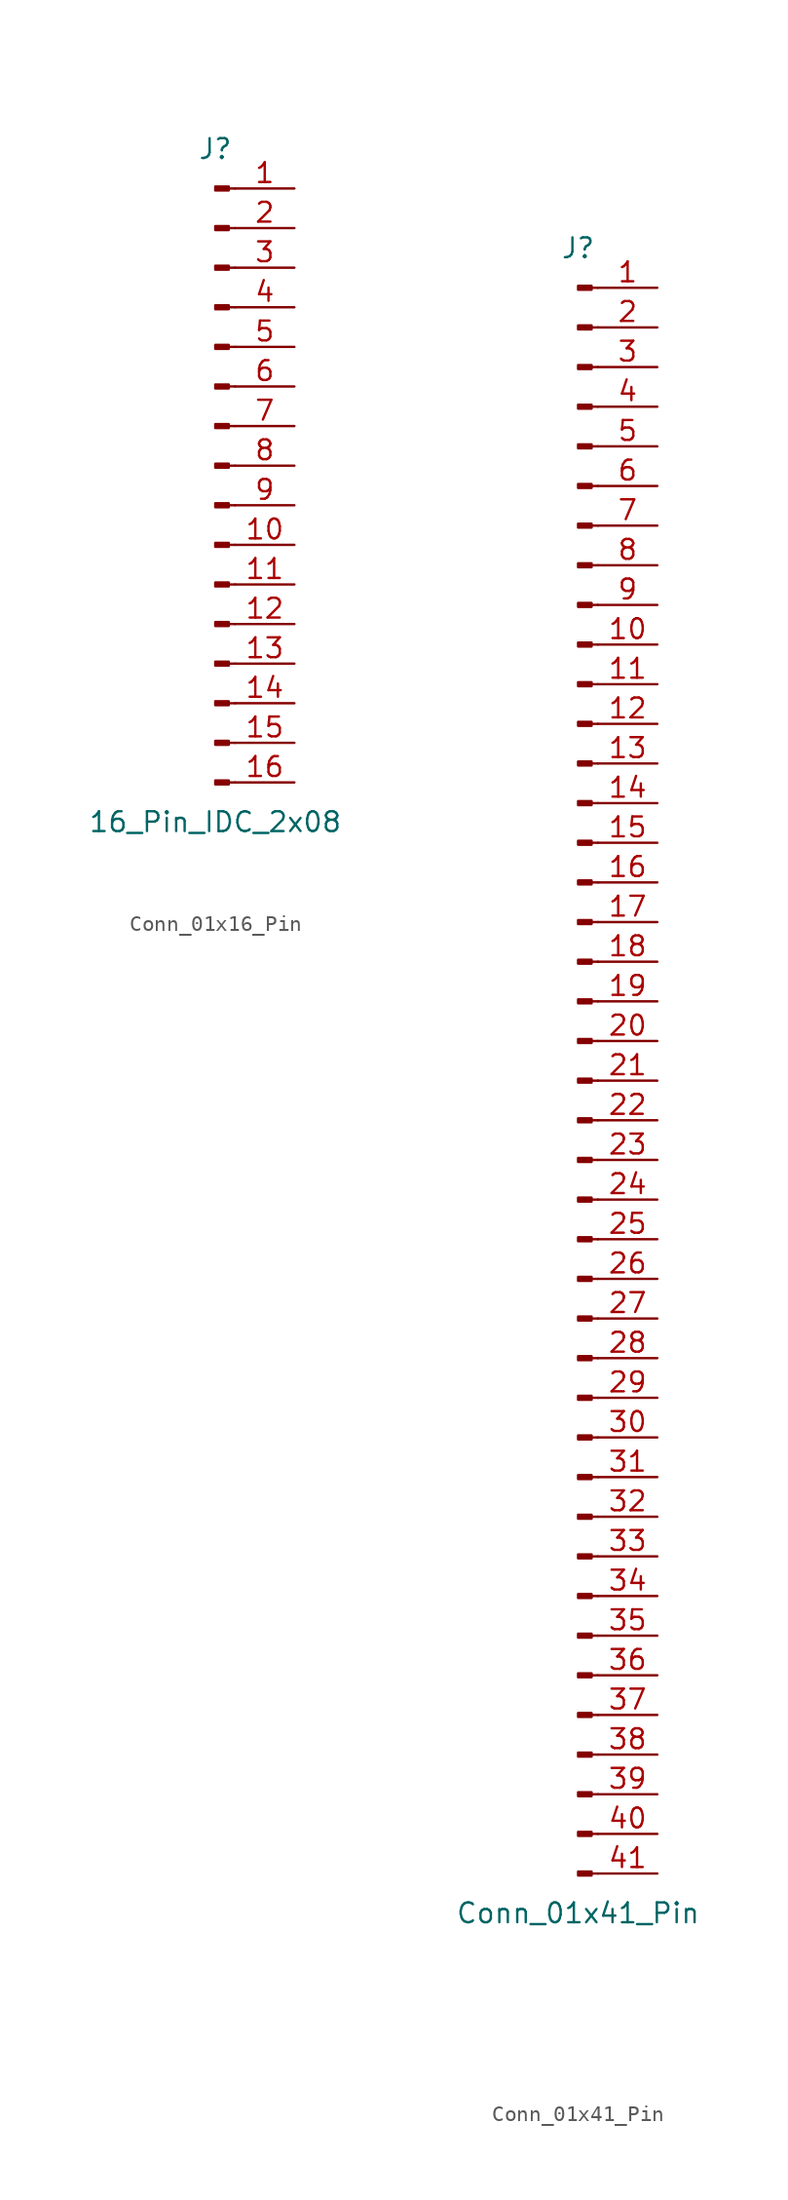
<source format=kicad_sym>
(kicad_symbol_lib
  (version 20220914)
  (generator kicad_symbol_editor)
  (symbol "Conn_01x16_Pin"
    (pin_names
      (offset 1.016) hide)
    (property "Reference" "J"
      (at 0 20.32 0)
      (effects (font (size 1.27 1.27))))
    (property "Value" "16_Pin_IDC_2x08"
      (at 0 -22.86 0)
      (effects (font (size 1.27 1.27))))
    (property "ki_locked" ""
      (at 0 0 0)
      (effects (font (size 1.27 1.27))))
    (symbol "Conn_01x16_Pin_1_1"
      (polyline (pts (xy 1.27 -20.32) (xy 0.864 -20.32)) (stroke (width 0.152) (type default)) (fill (type none)))
      (polyline (pts (xy 1.27 -17.78) (xy 0.864 -17.78)) (stroke (width 0.152) (type default)) (fill (type none)))
      (polyline (pts (xy 1.27 -15.24) (xy 0.864 -15.24)) (stroke (width 0.152) (type default)) (fill (type none)))
      (polyline (pts (xy 1.27 -12.7) (xy 0.864 -12.7)) (stroke (width 0.152) (type default)) (fill (type none)))
      (polyline (pts (xy 1.27 -10.16) (xy 0.864 -10.16)) (stroke (width 0.152) (type default)) (fill (type none)))
      (polyline (pts (xy 1.27 -7.62) (xy 0.864 -7.62)) (stroke (width 0.152) (type default)) (fill (type none)))
      (polyline (pts (xy 1.27 -5.08) (xy 0.864 -5.08)) (stroke (width 0.152) (type default)) (fill (type none)))
      (polyline (pts (xy 1.27 -2.54) (xy 0.864 -2.54)) (stroke (width 0.152) (type default)) (fill (type none)))
      (polyline (pts (xy 1.27 0) (xy 0.864 0)) (stroke (width 0.152) (type default)) (fill (type none)))
      (polyline (pts (xy 1.27 2.54) (xy 0.864 2.54)) (stroke (width 0.152) (type default)) (fill (type none)))
      (polyline (pts (xy 1.27 5.08) (xy 0.864 5.08)) (stroke (width 0.152) (type default)) (fill (type none)))
      (polyline (pts (xy 1.27 7.62) (xy 0.864 7.62)) (stroke (width 0.152) (type default)) (fill (type none)))
      (polyline (pts (xy 1.27 10.16) (xy 0.864 10.16)) (stroke (width 0.152) (type default)) (fill (type none)))
      (polyline (pts (xy 1.27 12.7) (xy 0.864 12.7)) (stroke (width 0.152) (type default)) (fill (type none)))
      (polyline (pts (xy 1.27 15.24) (xy 0.864 15.24)) (stroke (width 0.152) (type default)) (fill (type none)))
      (polyline (pts (xy 1.27 17.78) (xy 0.864 17.78)) (stroke (width 0.152) (type default)) (fill (type none)))
      (rectangle (start 0.864 -20.193) (end 0 -20.447) (stroke (width 0.152) (type default)) (fill (type outline)))
      (rectangle (start 0.864 -17.653) (end 0 -17.907) (stroke (width 0.152) (type default)) (fill (type outline)))
      (rectangle (start 0.864 -15.113) (end 0 -15.367) (stroke (width 0.152) (type default)) (fill (type outline)))
      (rectangle (start 0.864 -12.573) (end 0 -12.827) (stroke (width 0.152) (type default)) (fill (type outline)))
      (rectangle (start 0.864 -10.033) (end 0 -10.287) (stroke (width 0.152) (type default)) (fill (type outline)))
      (rectangle (start 0.864 -7.493) (end 0 -7.747) (stroke (width 0.152) (type default)) (fill (type outline)))
      (rectangle (start 0.864 -4.953) (end 0 -5.207) (stroke (width 0.152) (type default)) (fill (type outline)))
      (rectangle (start 0.864 -2.413) (end 0 -2.667) (stroke (width 0.152) (type default)) (fill (type outline)))
      (rectangle (start 0.864 0.127) (end 0 -0.127) (stroke (width 0.152) (type default)) (fill (type outline)))
      (rectangle (start 0.864 2.667) (end 0 2.413) (stroke (width 0.152) (type default)) (fill (type outline)))
      (rectangle (start 0.864 5.207) (end 0 4.953) (stroke (width 0.152) (type default)) (fill (type outline)))
      (rectangle (start 0.864 7.747) (end 0 7.493) (stroke (width 0.152) (type default)) (fill (type outline)))
      (rectangle (start 0.864 10.287) (end 0 10.033) (stroke (width 0.152) (type default)) (fill (type outline)))
      (rectangle (start 0.864 12.827) (end 0 12.573) (stroke (width 0.152) (type default)) (fill (type outline)))
      (rectangle (start 0.864 15.367) (end 0 15.113) (stroke (width 0.152) (type default)) (fill (type outline)))
      (rectangle (start 0.864 17.907) (end 0 17.653) (stroke (width 0.152) (type default)) (fill (type outline)))
      (pin passive line (at 5.08 17.78 180) (length 3.81) (name "Pin_1" (effects (font (size 1.27 1.27)))) (number "1" (effects (font (size 1.27 1.27)))))
      (pin passive line (at 5.08 -5.08 180) (length 3.81) (name "Pin_10" (effects (font (size 1.27 1.27)))) (number "10" (effects (font (size 1.27 1.27)))))
      (pin passive line (at 5.08 -7.62 180) (length 3.81) (name "Pin_11" (effects (font (size 1.27 1.27)))) (number "11" (effects (font (size 1.27 1.27)))))
      (pin passive line (at 5.08 -10.16 180) (length 3.81) (name "Pin_12" (effects (font (size 1.27 1.27)))) (number "12" (effects (font (size 1.27 1.27)))))
      (pin passive line (at 5.08 -12.7 180) (length 3.81) (name "Pin_13" (effects (font (size 1.27 1.27)))) (number "13" (effects (font (size 1.27 1.27)))))
      (pin passive line (at 5.08 -15.24 180) (length 3.81) (name "Pin_14" (effects (font (size 1.27 1.27)))) (number "14" (effects (font (size 1.27 1.27)))))
      (pin passive line (at 5.08 -17.78 180) (length 3.81) (name "Pin_15" (effects (font (size 1.27 1.27)))) (number "15" (effects (font (size 1.27 1.27)))))
      (pin passive line (at 5.08 -20.32 180) (length 3.81) (name "Pin_16" (effects (font (size 1.27 1.27)))) (number "16" (effects (font (size 1.27 1.27)))))
      (pin passive line (at 5.08 15.24 180) (length 3.81) (name "Pin_2" (effects (font (size 1.27 1.27)))) (number "2" (effects (font (size 1.27 1.27)))))
      (pin passive line (at 5.08 12.7 180) (length 3.81) (name "Pin_3" (effects (font (size 1.27 1.27)))) (number "3" (effects (font (size 1.27 1.27)))))
      (pin passive line (at 5.08 10.16 180) (length 3.81) (name "Pin_4" (effects (font (size 1.27 1.27)))) (number "4" (effects (font (size 1.27 1.27)))))
      (pin passive line (at 5.08 7.62 180) (length 3.81) (name "Pin_5" (effects (font (size 1.27 1.27)))) (number "5" (effects (font (size 1.27 1.27)))))
      (pin passive line (at 5.08 5.08 180) (length 3.81) (name "Pin_6" (effects (font (size 1.27 1.27)))) (number "6" (effects (font (size 1.27 1.27)))))
      (pin passive line (at 5.08 2.54 180) (length 3.81) (name "Pin_7" (effects (font (size 1.27 1.27)))) (number "7" (effects (font (size 1.27 1.27)))))
      (pin passive line (at 5.08 0 180) (length 3.81) (name "Pin_8" (effects (font (size 1.27 1.27)))) (number "8" (effects (font (size 1.27 1.27)))))
      (pin passive line (at 5.08 -2.54 180) (length 3.81) (name "Pin_9" (effects (font (size 1.27 1.27)))) (number "9" (effects (font (size 1.27 1.27)))))))
  (symbol "Conn_01x41_Pin"
    (pin_names
      (offset 1.016) hide)
    (property "Reference" "J"
      (at 0 53.34 0)
      (effects (font (size 1.27 1.27))))
    (property "Value" "Conn_01x41_Pin"
      (at 0 -53.34 0)
      (effects (font (size 1.27 1.27))))
    (property "ki_locked" ""
      (at 0 0 0)
      (effects (font (size 1.27 1.27))))
    (symbol "Conn_01x41_Pin_1_1"
      (polyline (pts (xy 1.27 -50.8) (xy 0.864 -50.8)) (stroke (width 0.152) (type default)) (fill (type none)))
      (polyline (pts (xy 1.27 -48.26) (xy 0.864 -48.26)) (stroke (width 0.152) (type default)) (fill (type none)))
      (polyline (pts (xy 1.27 -45.72) (xy 0.864 -45.72)) (stroke (width 0.152) (type default)) (fill (type none)))
      (polyline (pts (xy 1.27 -43.18) (xy 0.864 -43.18)) (stroke (width 0.152) (type default)) (fill (type none)))
      (polyline (pts (xy 1.27 -40.64) (xy 0.864 -40.64)) (stroke (width 0.152) (type default)) (fill (type none)))
      (polyline (pts (xy 1.27 -38.1) (xy 0.864 -38.1)) (stroke (width 0.152) (type default)) (fill (type none)))
      (polyline (pts (xy 1.27 -35.56) (xy 0.864 -35.56)) (stroke (width 0.152) (type default)) (fill (type none)))
      (polyline (pts (xy 1.27 -33.02) (xy 0.864 -33.02)) (stroke (width 0.152) (type default)) (fill (type none)))
      (polyline (pts (xy 1.27 -30.48) (xy 0.864 -30.48)) (stroke (width 0.152) (type default)) (fill (type none)))
      (polyline (pts (xy 1.27 -27.94) (xy 0.864 -27.94)) (stroke (width 0.152) (type default)) (fill (type none)))
      (polyline (pts (xy 1.27 -25.4) (xy 0.864 -25.4)) (stroke (width 0.152) (type default)) (fill (type none)))
      (polyline (pts (xy 1.27 -22.86) (xy 0.864 -22.86)) (stroke (width 0.152) (type default)) (fill (type none)))
      (polyline (pts (xy 1.27 -20.32) (xy 0.864 -20.32)) (stroke (width 0.152) (type default)) (fill (type none)))
      (polyline (pts (xy 1.27 -17.78) (xy 0.864 -17.78)) (stroke (width 0.152) (type default)) (fill (type none)))
      (polyline (pts (xy 1.27 -15.24) (xy 0.864 -15.24)) (stroke (width 0.152) (type default)) (fill (type none)))
      (polyline (pts (xy 1.27 -12.7) (xy 0.864 -12.7)) (stroke (width 0.152) (type default)) (fill (type none)))
      (polyline (pts (xy 1.27 -10.16) (xy 0.864 -10.16)) (stroke (width 0.152) (type default)) (fill (type none)))
      (polyline (pts (xy 1.27 -7.62) (xy 0.864 -7.62)) (stroke (width 0.152) (type default)) (fill (type none)))
      (polyline (pts (xy 1.27 -5.08) (xy 0.864 -5.08)) (stroke (width 0.152) (type default)) (fill (type none)))
      (polyline (pts (xy 1.27 -2.54) (xy 0.864 -2.54)) (stroke (width 0.152) (type default)) (fill (type none)))
      (polyline (pts (xy 1.27 0) (xy 0.864 0)) (stroke (width 0.152) (type default)) (fill (type none)))
      (polyline (pts (xy 1.27 2.54) (xy 0.864 2.54)) (stroke (width 0.152) (type default)) (fill (type none)))
      (polyline (pts (xy 1.27 5.08) (xy 0.864 5.08)) (stroke (width 0.152) (type default)) (fill (type none)))
      (polyline (pts (xy 1.27 7.62) (xy 0.864 7.62)) (stroke (width 0.152) (type default)) (fill (type none)))
      (polyline (pts (xy 1.27 10.16) (xy 0.864 10.16)) (stroke (width 0.152) (type default)) (fill (type none)))
      (polyline (pts (xy 1.27 12.7) (xy 0.864 12.7)) (stroke (width 0.152) (type default)) (fill (type none)))
      (polyline (pts (xy 1.27 15.24) (xy 0.864 15.24)) (stroke (width 0.152) (type default)) (fill (type none)))
      (polyline (pts (xy 1.27 17.78) (xy 0.864 17.78)) (stroke (width 0.152) (type default)) (fill (type none)))
      (polyline (pts (xy 1.27 20.32) (xy 0.864 20.32)) (stroke (width 0.152) (type default)) (fill (type none)))
      (polyline (pts (xy 1.27 22.86) (xy 0.864 22.86)) (stroke (width 0.152) (type default)) (fill (type none)))
      (polyline (pts (xy 1.27 25.4) (xy 0.864 25.4)) (stroke (width 0.152) (type default)) (fill (type none)))
      (polyline (pts (xy 1.27 27.94) (xy 0.864 27.94)) (stroke (width 0.152) (type default)) (fill (type none)))
      (polyline (pts (xy 1.27 30.48) (xy 0.864 30.48)) (stroke (width 0.152) (type default)) (fill (type none)))
      (polyline (pts (xy 1.27 33.02) (xy 0.864 33.02)) (stroke (width 0.152) (type default)) (fill (type none)))
      (polyline (pts (xy 1.27 35.56) (xy 0.864 35.56)) (stroke (width 0.152) (type default)) (fill (type none)))
      (polyline (pts (xy 1.27 38.1) (xy 0.864 38.1)) (stroke (width 0.152) (type default)) (fill (type none)))
      (polyline (pts (xy 1.27 40.64) (xy 0.864 40.64)) (stroke (width 0.152) (type default)) (fill (type none)))
      (polyline (pts (xy 1.27 43.18) (xy 0.864 43.18)) (stroke (width 0.152) (type default)) (fill (type none)))
      (polyline (pts (xy 1.27 45.72) (xy 0.864 45.72)) (stroke (width 0.152) (type default)) (fill (type none)))
      (polyline (pts (xy 1.27 48.26) (xy 0.864 48.26)) (stroke (width 0.152) (type default)) (fill (type none)))
      (polyline (pts (xy 1.27 50.8) (xy 0.864 50.8)) (stroke (width 0.152) (type default)) (fill (type none)))
      (rectangle (start 0.864 -50.673) (end 0 -50.927) (stroke (width 0.152) (type default)) (fill (type outline)))
      (rectangle (start 0.864 -48.133) (end 0 -48.387) (stroke (width 0.152) (type default)) (fill (type outline)))
      (rectangle (start 0.864 -45.593) (end 0 -45.847) (stroke (width 0.152) (type default)) (fill (type outline)))
      (rectangle (start 0.864 -43.053) (end 0 -43.307) (stroke (width 0.152) (type default)) (fill (type outline)))
      (rectangle (start 0.864 -40.513) (end 0 -40.767) (stroke (width 0.152) (type default)) (fill (type outline)))
      (rectangle (start 0.864 -37.973) (end 0 -38.227) (stroke (width 0.152) (type default)) (fill (type outline)))
      (rectangle (start 0.864 -35.433) (end 0 -35.687) (stroke (width 0.152) (type default)) (fill (type outline)))
      (rectangle (start 0.864 -32.893) (end 0 -33.147) (stroke (width 0.152) (type default)) (fill (type outline)))
      (rectangle (start 0.864 -30.353) (end 0 -30.607) (stroke (width 0.152) (type default)) (fill (type outline)))
      (rectangle (start 0.864 -27.813) (end 0 -28.067) (stroke (width 0.152) (type default)) (fill (type outline)))
      (rectangle (start 0.864 -25.273) (end 0 -25.527) (stroke (width 0.152) (type default)) (fill (type outline)))
      (rectangle (start 0.864 -22.733) (end 0 -22.987) (stroke (width 0.152) (type default)) (fill (type outline)))
      (rectangle (start 0.864 -20.193) (end 0 -20.447) (stroke (width 0.152) (type default)) (fill (type outline)))
      (rectangle (start 0.864 -17.653) (end 0 -17.907) (stroke (width 0.152) (type default)) (fill (type outline)))
      (rectangle (start 0.864 -15.113) (end 0 -15.367) (stroke (width 0.152) (type default)) (fill (type outline)))
      (rectangle (start 0.864 -12.573) (end 0 -12.827) (stroke (width 0.152) (type default)) (fill (type outline)))
      (rectangle (start 0.864 -10.033) (end 0 -10.287) (stroke (width 0.152) (type default)) (fill (type outline)))
      (rectangle (start 0.864 -7.493) (end 0 -7.747) (stroke (width 0.152) (type default)) (fill (type outline)))
      (rectangle (start 0.864 -4.953) (end 0 -5.207) (stroke (width 0.152) (type default)) (fill (type outline)))
      (rectangle (start 0.864 -2.413) (end 0 -2.667) (stroke (width 0.152) (type default)) (fill (type outline)))
      (rectangle (start 0.864 0.127) (end 0 -0.127) (stroke (width 0.152) (type default)) (fill (type outline)))
      (rectangle (start 0.864 2.667) (end 0 2.413) (stroke (width 0.152) (type default)) (fill (type outline)))
      (rectangle (start 0.864 5.207) (end 0 4.953) (stroke (width 0.152) (type default)) (fill (type outline)))
      (rectangle (start 0.864 7.747) (end 0 7.493) (stroke (width 0.152) (type default)) (fill (type outline)))
      (rectangle (start 0.864 10.287) (end 0 10.033) (stroke (width 0.152) (type default)) (fill (type outline)))
      (rectangle (start 0.864 12.827) (end 0 12.573) (stroke (width 0.152) (type default)) (fill (type outline)))
      (rectangle (start 0.864 15.367) (end 0 15.113) (stroke (width 0.152) (type default)) (fill (type outline)))
      (rectangle (start 0.864 17.907) (end 0 17.653) (stroke (width 0.152) (type default)) (fill (type outline)))
      (rectangle (start 0.864 20.447) (end 0 20.193) (stroke (width 0.152) (type default)) (fill (type outline)))
      (rectangle (start 0.864 22.987) (end 0 22.733) (stroke (width 0.152) (type default)) (fill (type outline)))
      (rectangle (start 0.864 25.527) (end 0 25.273) (stroke (width 0.152) (type default)) (fill (type outline)))
      (rectangle (start 0.864 28.067) (end 0 27.813) (stroke (width 0.152) (type default)) (fill (type outline)))
      (rectangle (start 0.864 30.607) (end 0 30.353) (stroke (width 0.152) (type default)) (fill (type outline)))
      (rectangle (start 0.864 33.147) (end 0 32.893) (stroke (width 0.152) (type default)) (fill (type outline)))
      (rectangle (start 0.864 35.687) (end 0 35.433) (stroke (width 0.152) (type default)) (fill (type outline)))
      (rectangle (start 0.864 38.227) (end 0 37.973) (stroke (width 0.152) (type default)) (fill (type outline)))
      (rectangle (start 0.864 40.767) (end 0 40.513) (stroke (width 0.152) (type default)) (fill (type outline)))
      (rectangle (start 0.864 43.307) (end 0 43.053) (stroke (width 0.152) (type default)) (fill (type outline)))
      (rectangle (start 0.864 45.847) (end 0 45.593) (stroke (width 0.152) (type default)) (fill (type outline)))
      (rectangle (start 0.864 48.387) (end 0 48.133) (stroke (width 0.152) (type default)) (fill (type outline)))
      (rectangle (start 0.864 50.927) (end 0 50.673) (stroke (width 0.152) (type default)) (fill (type outline)))
      (pin passive line (at 5.08 50.8 180) (length 3.81) (name "Pin_1" (effects (font (size 1.27 1.27)))) (number "1" (effects (font (size 1.27 1.27)))))
      (pin passive line (at 5.08 27.94 180) (length 3.81) (name "Pin_10" (effects (font (size 1.27 1.27)))) (number "10" (effects (font (size 1.27 1.27)))))
      (pin passive line (at 5.08 25.4 180) (length 3.81) (name "Pin_11" (effects (font (size 1.27 1.27)))) (number "11" (effects (font (size 1.27 1.27)))))
      (pin passive line (at 5.08 22.86 180) (length 3.81) (name "Pin_12" (effects (font (size 1.27 1.27)))) (number "12" (effects (font (size 1.27 1.27)))))
      (pin passive line (at 5.08 20.32 180) (length 3.81) (name "Pin_13" (effects (font (size 1.27 1.27)))) (number "13" (effects (font (size 1.27 1.27)))))
      (pin passive line (at 5.08 17.78 180) (length 3.81) (name "Pin_14" (effects (font (size 1.27 1.27)))) (number "14" (effects (font (size 1.27 1.27)))))
      (pin passive line (at 5.08 15.24 180) (length 3.81) (name "Pin_15" (effects (font (size 1.27 1.27)))) (number "15" (effects (font (size 1.27 1.27)))))
      (pin passive line (at 5.08 12.7 180) (length 3.81) (name "Pin_16" (effects (font (size 1.27 1.27)))) (number "16" (effects (font (size 1.27 1.27)))))
      (pin passive line (at 5.08 10.16 180) (length 3.81) (name "Pin_17" (effects (font (size 1.27 1.27)))) (number "17" (effects (font (size 1.27 1.27)))))
      (pin passive line (at 5.08 7.62 180) (length 3.81) (name "Pin_18" (effects (font (size 1.27 1.27)))) (number "18" (effects (font (size 1.27 1.27)))))
      (pin passive line (at 5.08 5.08 180) (length 3.81) (name "Pin_19" (effects (font (size 1.27 1.27)))) (number "19" (effects (font (size 1.27 1.27)))))
      (pin passive line (at 5.08 48.26 180) (length 3.81) (name "Pin_2" (effects (font (size 1.27 1.27)))) (number "2" (effects (font (size 1.27 1.27)))))
      (pin passive line (at 5.08 2.54 180) (length 3.81) (name "Pin_20" (effects (font (size 1.27 1.27)))) (number "20" (effects (font (size 1.27 1.27)))))
      (pin passive line (at 5.08 0 180) (length 3.81) (name "Pin_21" (effects (font (size 1.27 1.27)))) (number "21" (effects (font (size 1.27 1.27)))))
      (pin passive line (at 5.08 -2.54 180) (length 3.81) (name "Pin_22" (effects (font (size 1.27 1.27)))) (number "22" (effects (font (size 1.27 1.27)))))
      (pin passive line (at 5.08 -5.08 180) (length 3.81) (name "Pin_23" (effects (font (size 1.27 1.27)))) (number "23" (effects (font (size 1.27 1.27)))))
      (pin passive line (at 5.08 -7.62 180) (length 3.81) (name "Pin_24" (effects (font (size 1.27 1.27)))) (number "24" (effects (font (size 1.27 1.27)))))
      (pin passive line (at 5.08 -10.16 180) (length 3.81) (name "Pin_25" (effects (font (size 1.27 1.27)))) (number "25" (effects (font (size 1.27 1.27)))))
      (pin passive line (at 5.08 -12.7 180) (length 3.81) (name "Pin_26" (effects (font (size 1.27 1.27)))) (number "26" (effects (font (size 1.27 1.27)))))
      (pin passive line (at 5.08 -15.24 180) (length 3.81) (name "Pin_27" (effects (font (size 1.27 1.27)))) (number "27" (effects (font (size 1.27 1.27)))))
      (pin passive line (at 5.08 -17.78 180) (length 3.81) (name "Pin_28" (effects (font (size 1.27 1.27)))) (number "28" (effects (font (size 1.27 1.27)))))
      (pin passive line (at 5.08 -20.32 180) (length 3.81) (name "Pin_29" (effects (font (size 1.27 1.27)))) (number "29" (effects (font (size 1.27 1.27)))))
      (pin passive line (at 5.08 45.72 180) (length 3.81) (name "Pin_3" (effects (font (size 1.27 1.27)))) (number "3" (effects (font (size 1.27 1.27)))))
      (pin passive line (at 5.08 -22.86 180) (length 3.81) (name "Pin_30" (effects (font (size 1.27 1.27)))) (number "30" (effects (font (size 1.27 1.27)))))
      (pin passive line (at 5.08 -25.4 180) (length 3.81) (name "Pin_31" (effects (font (size 1.27 1.27)))) (number "31" (effects (font (size 1.27 1.27)))))
      (pin passive line (at 5.08 -27.94 180) (length 3.81) (name "Pin_32" (effects (font (size 1.27 1.27)))) (number "32" (effects (font (size 1.27 1.27)))))
      (pin passive line (at 5.08 -30.48 180) (length 3.81) (name "Pin_33" (effects (font (size 1.27 1.27)))) (number "33" (effects (font (size 1.27 1.27)))))
      (pin passive line (at 5.08 -33.02 180) (length 3.81) (name "Pin_34" (effects (font (size 1.27 1.27)))) (number "34" (effects (font (size 1.27 1.27)))))
      (pin passive line (at 5.08 -35.56 180) (length 3.81) (name "Pin_35" (effects (font (size 1.27 1.27)))) (number "35" (effects (font (size 1.27 1.27)))))
      (pin passive line (at 5.08 -38.1 180) (length 3.81) (name "Pin_36" (effects (font (size 1.27 1.27)))) (number "36" (effects (font (size 1.27 1.27)))))
      (pin passive line (at 5.08 -40.64 180) (length 3.81) (name "Pin_37" (effects (font (size 1.27 1.27)))) (number "37" (effects (font (size 1.27 1.27)))))
      (pin passive line (at 5.08 -43.18 180) (length 3.81) (name "Pin_38" (effects (font (size 1.27 1.27)))) (number "38" (effects (font (size 1.27 1.27)))))
      (pin passive line (at 5.08 -45.72 180) (length 3.81) (name "Pin_39" (effects (font (size 1.27 1.27)))) (number "39" (effects (font (size 1.27 1.27)))))
      (pin passive line (at 5.08 43.18 180) (length 3.81) (name "Pin_4" (effects (font (size 1.27 1.27)))) (number "4" (effects (font (size 1.27 1.27)))))
      (pin passive line (at 5.08 -48.26 180) (length 3.81) (name "Pin_40" (effects (font (size 1.27 1.27)))) (number "40" (effects (font (size 1.27 1.27)))))
      (pin passive line (at 5.08 -50.8 180) (length 3.81) (name "Pin_41" (effects (font (size 1.27 1.27)))) (number "41" (effects (font (size 1.27 1.27)))))
      (pin passive line (at 5.08 40.64 180) (length 3.81) (name "Pin_5" (effects (font (size 1.27 1.27)))) (number "5" (effects (font (size 1.27 1.27)))))
      (pin passive line (at 5.08 38.1 180) (length 3.81) (name "Pin_6" (effects (font (size 1.27 1.27)))) (number "6" (effects (font (size 1.27 1.27)))))
      (pin passive line (at 5.08 35.56 180) (length 3.81) (name "Pin_7" (effects (font (size 1.27 1.27)))) (number "7" (effects (font (size 1.27 1.27)))))
      (pin passive line (at 5.08 33.02 180) (length 3.81) (name "Pin_8" (effects (font (size 1.27 1.27)))) (number "8" (effects (font (size 1.27 1.27)))))
      (pin passive line (at 5.08 30.48 180) (length 3.81) (name "Pin_9" (effects (font (size 1.27 1.27)))) (number "9" (effects (font (size 1.27 1.27))))))))
</source>
